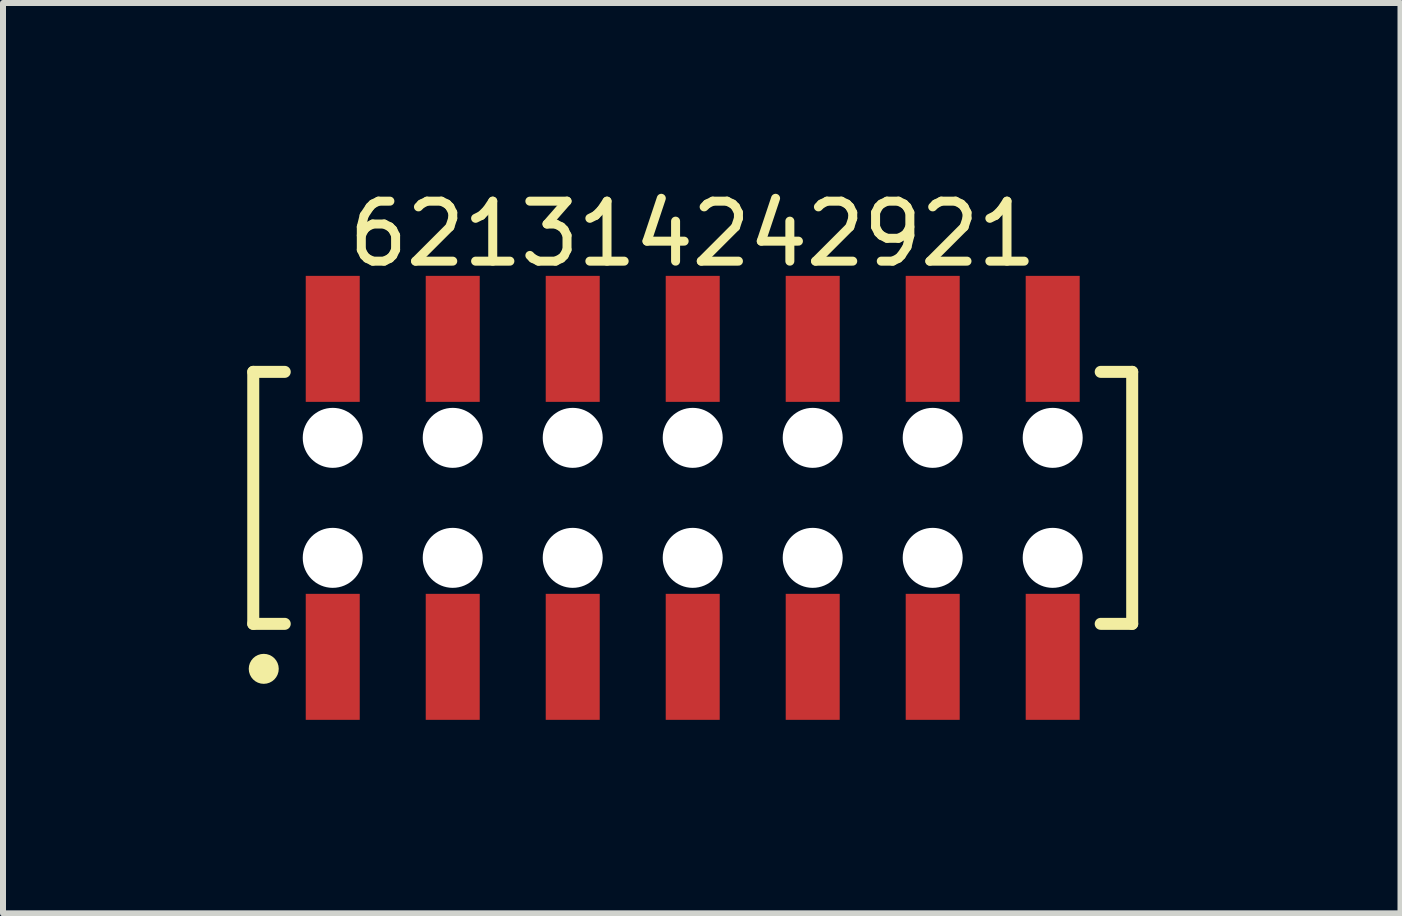
<source format=kicad_pcb>
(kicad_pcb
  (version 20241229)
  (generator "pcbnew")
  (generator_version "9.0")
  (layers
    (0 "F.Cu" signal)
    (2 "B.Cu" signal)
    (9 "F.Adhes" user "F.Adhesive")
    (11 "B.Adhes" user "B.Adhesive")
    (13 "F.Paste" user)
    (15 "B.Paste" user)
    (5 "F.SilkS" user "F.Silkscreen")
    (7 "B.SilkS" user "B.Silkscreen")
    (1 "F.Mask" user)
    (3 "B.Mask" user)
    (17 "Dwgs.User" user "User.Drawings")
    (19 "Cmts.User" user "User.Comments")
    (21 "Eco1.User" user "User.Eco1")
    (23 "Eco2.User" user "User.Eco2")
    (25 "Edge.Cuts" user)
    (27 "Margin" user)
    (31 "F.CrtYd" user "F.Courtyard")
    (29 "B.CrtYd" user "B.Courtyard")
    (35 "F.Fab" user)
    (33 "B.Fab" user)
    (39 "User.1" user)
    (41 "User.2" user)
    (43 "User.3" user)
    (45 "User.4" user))
  (footprint "621314242921"
    (layer "F.Cu")
    (at 8.496 5.248)
    (property "Reference" "621314242921" (at 0 -4.4 0) (layer "F.SilkS") (effects (font (size 1 1) (thickness 0.15))))
    (fp_line (start -7.325 -2.1) (end -6.8 -2.1) (stroke (width 0.2) (type solid)) (layer "F.SilkS"))
    (fp_line (start -7.325 2.1) (end -7.325 -2.1) (stroke (width 0.2) (type solid)) (layer "F.SilkS"))
    (fp_line (start -7.325 2.1) (end -6.8 2.1) (stroke (width 0.2) (type solid)) (layer "F.SilkS"))
    (fp_line (start 6.8 -2.1) (end 7.325 -2.1) (stroke (width 0.2) (type solid)) (layer "F.SilkS"))
    (fp_line (start 6.8 2.1) (end 7.325 2.1) (stroke (width 0.2) (type solid)) (layer "F.SilkS"))
    (fp_line (start 7.325 2.1) (end 7.325 -2.1) (stroke (width 0.2) (type solid)) (layer "F.SilkS"))
    (fp_circle (center -7.15 2.85) (end -7.15 2.725) (stroke (width 0.25) (type solid)) (fill no) (layer "F.SilkS"))
    (fp_line (start -7.525 -3.9) (end 7.525 -3.9) (stroke (width 0.05) (type solid)) (layer "Eco2.User"))
    (fp_line (start -7.525 3.9) (end -7.525 -3.9) (stroke (width 0.05) (type solid)) (layer "Eco2.User"))
    (fp_line (start -7.525 3.9) (end 7.525 3.9) (stroke (width 0.05) (type solid)) (layer "Eco2.User"))
    (fp_line (start -7.2 -2) (end 7.2 -2) (stroke (width 0.1) (type solid)) (layer "Eco2.User"))
    (fp_line (start -7.2 2) (end -7.2 -2) (stroke (width 0.1) (type solid)) (layer "Eco2.User"))
    (fp_line (start -7.2 2) (end 7.2 2) (stroke (width 0.1) (type solid)) (layer "Eco2.User"))
    (fp_line (start -6.25 -3.1) (end -5.75 -3.1) (stroke (width 0.1) (type solid)) (layer "Eco2.User"))
    (fp_line (start -6.25 -2) (end -6.25 -3.1) (stroke (width 0.1) (type solid)) (layer "Eco2.User"))
    (fp_line (start -6.25 3.1) (end -6.25 2) (stroke (width 0.1) (type solid)) (layer "Eco2.User"))
    (fp_line (start -6.25 3.1) (end -5.75 3.1) (stroke (width 0.1) (type solid)) (layer "Eco2.User"))
    (fp_line (start -5.75 -2) (end -5.75 -3.1) (stroke (width 0.1) (type solid)) (layer "Eco2.User"))
    (fp_line (start -5.75 3.1) (end -5.75 2) (stroke (width 0.1) (type solid)) (layer "Eco2.User"))
    (fp_line (start -4.25 -3.1) (end -3.75 -3.1) (stroke (width 0.1) (type solid)) (layer "Eco2.User"))
    (fp_line (start -4.25 -2) (end -4.25 -3.1) (stroke (width 0.1) (type solid)) (layer "Eco2.User"))
    (fp_line (start -4.25 3.1) (end -4.25 2) (stroke (width 0.1) (type solid)) (layer "Eco2.User"))
    (fp_line (start -4.25 3.1) (end -3.75 3.1) (stroke (width 0.1) (type solid)) (layer "Eco2.User"))
    (fp_line (start -3.75 -2) (end -3.75 -3.1) (stroke (width 0.1) (type solid)) (layer "Eco2.User"))
    (fp_line (start -3.75 3.1) (end -3.75 2) (stroke (width 0.1) (type solid)) (layer "Eco2.User"))
    (fp_line (start -2.25 -3.1) (end -1.75 -3.1) (stroke (width 0.1) (type solid)) (layer "Eco2.User"))
    (fp_line (start -2.25 -2) (end -2.25 -3.1) (stroke (width 0.1) (type solid)) (layer "Eco2.User"))
    (fp_line (start -2.25 3.1) (end -2.25 2) (stroke (width 0.1) (type solid)) (layer "Eco2.User"))
    (fp_line (start -2.25 3.1) (end -1.75 3.1) (stroke (width 0.1) (type solid)) (layer "Eco2.User"))
    (fp_line (start -1.75 -2) (end -1.75 -3.1) (stroke (width 0.1) (type solid)) (layer "Eco2.User"))
    (fp_line (start -1.75 3.1) (end -1.75 2) (stroke (width 0.1) (type solid)) (layer "Eco2.User"))
    (fp_line (start -0.5 0) (end 0.5 0) (stroke (width 0.05) (type solid)) (layer "Eco2.User"))
    (fp_line (start -0.25 -3.1) (end 0.25 -3.1) (stroke (width 0.1) (type solid)) (layer "Eco2.User"))
    (fp_line (start -0.25 -2) (end -0.25 -3.1) (stroke (width 0.1) (type solid)) (layer "Eco2.User"))
    (fp_line (start -0.25 3.1) (end -0.25 2) (stroke (width 0.1) (type solid)) (layer "Eco2.User"))
    (fp_line (start -0.25 3.1) (end 0.25 3.1) (stroke (width 0.1) (type solid)) (layer "Eco2.User"))
    (fp_line (start 0 0.5) (end 0 -0.5) (stroke (width 0.05) (type solid)) (layer "Eco2.User"))
    (fp_line (start 0.25 -2) (end 0.25 -3.1) (stroke (width 0.1) (type solid)) (layer "Eco2.User"))
    (fp_line (start 0.25 3.1) (end 0.25 2) (stroke (width 0.1) (type solid)) (layer "Eco2.User"))
    (fp_line (start 1.75 -3.1) (end 2.25 -3.1) (stroke (width 0.1) (type solid)) (layer "Eco2.User"))
    (fp_line (start 1.75 -2) (end 1.75 -3.1) (stroke (width 0.1) (type solid)) (layer "Eco2.User"))
    (fp_line (start 1.75 3.1) (end 1.75 2) (stroke (width 0.1) (type solid)) (layer "Eco2.User"))
    (fp_line (start 1.75 3.1) (end 2.25 3.1) (stroke (width 0.1) (type solid)) (layer "Eco2.User"))
    (fp_line (start 2.25 -2) (end 2.25 -3.1) (stroke (width 0.1) (type solid)) (layer "Eco2.User"))
    (fp_line (start 2.25 3.1) (end 2.25 2) (stroke (width 0.1) (type solid)) (layer "Eco2.User"))
    (fp_line (start 3.75 -3.1) (end 4.25 -3.1) (stroke (width 0.1) (type solid)) (layer "Eco2.User"))
    (fp_line (start 3.75 -2) (end 3.75 -3.1) (stroke (width 0.1) (type solid)) (layer "Eco2.User"))
    (fp_line (start 3.75 3.1) (end 3.75 2) (stroke (width 0.1) (type solid)) (layer "Eco2.User"))
    (fp_line (start 3.75 3.1) (end 4.25 3.1) (stroke (width 0.1) (type solid)) (layer "Eco2.User"))
    (fp_line (start 4.25 -2) (end 4.25 -3.1) (stroke (width 0.1) (type solid)) (layer "Eco2.User"))
    (fp_line (start 4.25 3.1) (end 4.25 2) (stroke (width 0.1) (type solid)) (layer "Eco2.User"))
    (fp_line (start 5.75 -3.1) (end 6.25 -3.1) (stroke (width 0.1) (type solid)) (layer "Eco2.User"))
    (fp_line (start 5.75 -2) (end 5.75 -3.1) (stroke (width 0.1) (type solid)) (layer "Eco2.User"))
    (fp_line (start 5.75 3.1) (end 5.75 2) (stroke (width 0.1) (type solid)) (layer "Eco2.User"))
    (fp_line (start 5.75 3.1) (end 6.25 3.1) (stroke (width 0.1) (type solid)) (layer "Eco2.User"))
    (fp_line (start 6.25 -2) (end 6.25 -3.1) (stroke (width 0.1) (type solid)) (layer "Eco2.User"))
    (fp_line (start 6.25 3.1) (end 6.25 2) (stroke (width 0.1) (type solid)) (layer "Eco2.User"))
    (fp_line (start 7.2 2) (end 7.2 -2) (stroke (width 0.1) (type solid)) (layer "Eco2.User"))
    (fp_line (start 7.525 3.9) (end 7.525 -3.9) (stroke (width 0.05) (type solid)) (layer "Eco2.User"))
    (fp_text user "${REFERENCE}" (at 0.15 -0.197 0) (unlocked yes) (layer "User.3") (effects (font (size 1.5 1.5) (thickness 0.15))))
    (pad "" np_thru_hole circle (at -6 -1) (size 1 1) (drill 1) (layers "*.Cu" "*.Mask"))
    (pad "" np_thru_hole circle (at -6 1) (size 1 1) (drill 1) (layers "*.Cu" "*.Mask"))
    (pad "" np_thru_hole circle (at -4 -1) (size 1 1) (drill 1) (layers "*.Cu" "*.Mask"))
    (pad "" np_thru_hole circle (at -4 1) (size 1 1) (drill 1) (layers "*.Cu" "*.Mask"))
    (pad "" np_thru_hole circle (at -2 -1) (size 1 1) (drill 1) (layers "*.Cu" "*.Mask"))
    (pad "" np_thru_hole circle (at -2 1) (size 1 1) (drill 1) (layers "*.Cu" "*.Mask"))
    (pad "" np_thru_hole circle (at 0 -1) (size 1 1) (drill 1) (layers "*.Cu" "*.Mask"))
    (pad "" np_thru_hole circle (at 0 1) (size 1 1) (drill 1) (layers "*.Cu" "*.Mask"))
    (pad "" np_thru_hole circle (at 2 -1) (size 1 1) (drill 1) (layers "*.Cu" "*.Mask"))
    (pad "" np_thru_hole circle (at 2 1) (size 1 1) (drill 1) (layers "*.Cu" "*.Mask"))
    (pad "" np_thru_hole circle (at 4 -1) (size 1 1) (drill 1) (layers "*.Cu" "*.Mask"))
    (pad "" np_thru_hole circle (at 4 1) (size 1 1) (drill 1) (layers "*.Cu" "*.Mask"))
    (pad "" np_thru_hole circle (at 6 -1) (size 1 1) (drill 1) (layers "*.Cu" "*.Mask"))
    (pad "" np_thru_hole circle (at 6 1) (size 1 1) (drill 1) (layers "*.Cu" "*.Mask"))
    (pad "1" smd rect (at -6 2.65) (size 0.9 2.1) (layers "F.Cu" "F.Mask" "F.Paste"))
    (pad "2" smd rect (at -6 -2.65) (size 0.9 2.1) (layers "F.Cu" "F.Mask" "F.Paste"))
    (pad "3" smd rect (at -4 2.65) (size 0.9 2.1) (layers "F.Cu" "F.Mask" "F.Paste"))
    (pad "4" smd rect (at -4 -2.65) (size 0.9 2.1) (layers "F.Cu" "F.Mask" "F.Paste"))
    (pad "5" smd rect (at -2 2.65) (size 0.9 2.1) (layers "F.Cu" "F.Mask" "F.Paste"))
    (pad "6" smd rect (at -2 -2.65) (size 0.9 2.1) (layers "F.Cu" "F.Mask" "F.Paste"))
    (pad "7" smd rect (at 0.00001 2.65) (size 0.9 2.1) (layers "F.Cu" "F.Mask" "F.Paste"))
    (pad "8" smd rect (at 0 -2.65) (size 0.9 2.1) (layers "F.Cu" "F.Mask" "F.Paste"))
    (pad "9" smd rect (at 2 2.65) (size 0.9 2.1) (layers "F.Cu" "F.Mask" "F.Paste"))
    (pad "10" smd rect (at 2 -2.65) (size 0.9 2.1) (layers "F.Cu" "F.Mask" "F.Paste"))
    (pad "11" smd rect (at 4 2.65) (size 0.9 2.1) (layers "F.Cu" "F.Mask" "F.Paste"))
    (pad "12" smd rect (at 4 -2.65) (size 0.9 2.1) (layers "F.Cu" "F.Mask" "F.Paste"))
    (pad "13" smd rect (at 6 2.65) (size 0.9 2.1) (layers "F.Cu" "F.Mask" "F.Paste"))
    (pad "14" smd rect (at 6 -2.65) (size 0.9 2.1) (layers "F.Cu" "F.Mask" "F.Paste")))
  (gr_rect
    (start -3 -3)
    (end 20.293 12.173)
    (stroke (width 0.1) (type default))
    (fill no)
    (layer "Edge.Cuts")))
</source>
